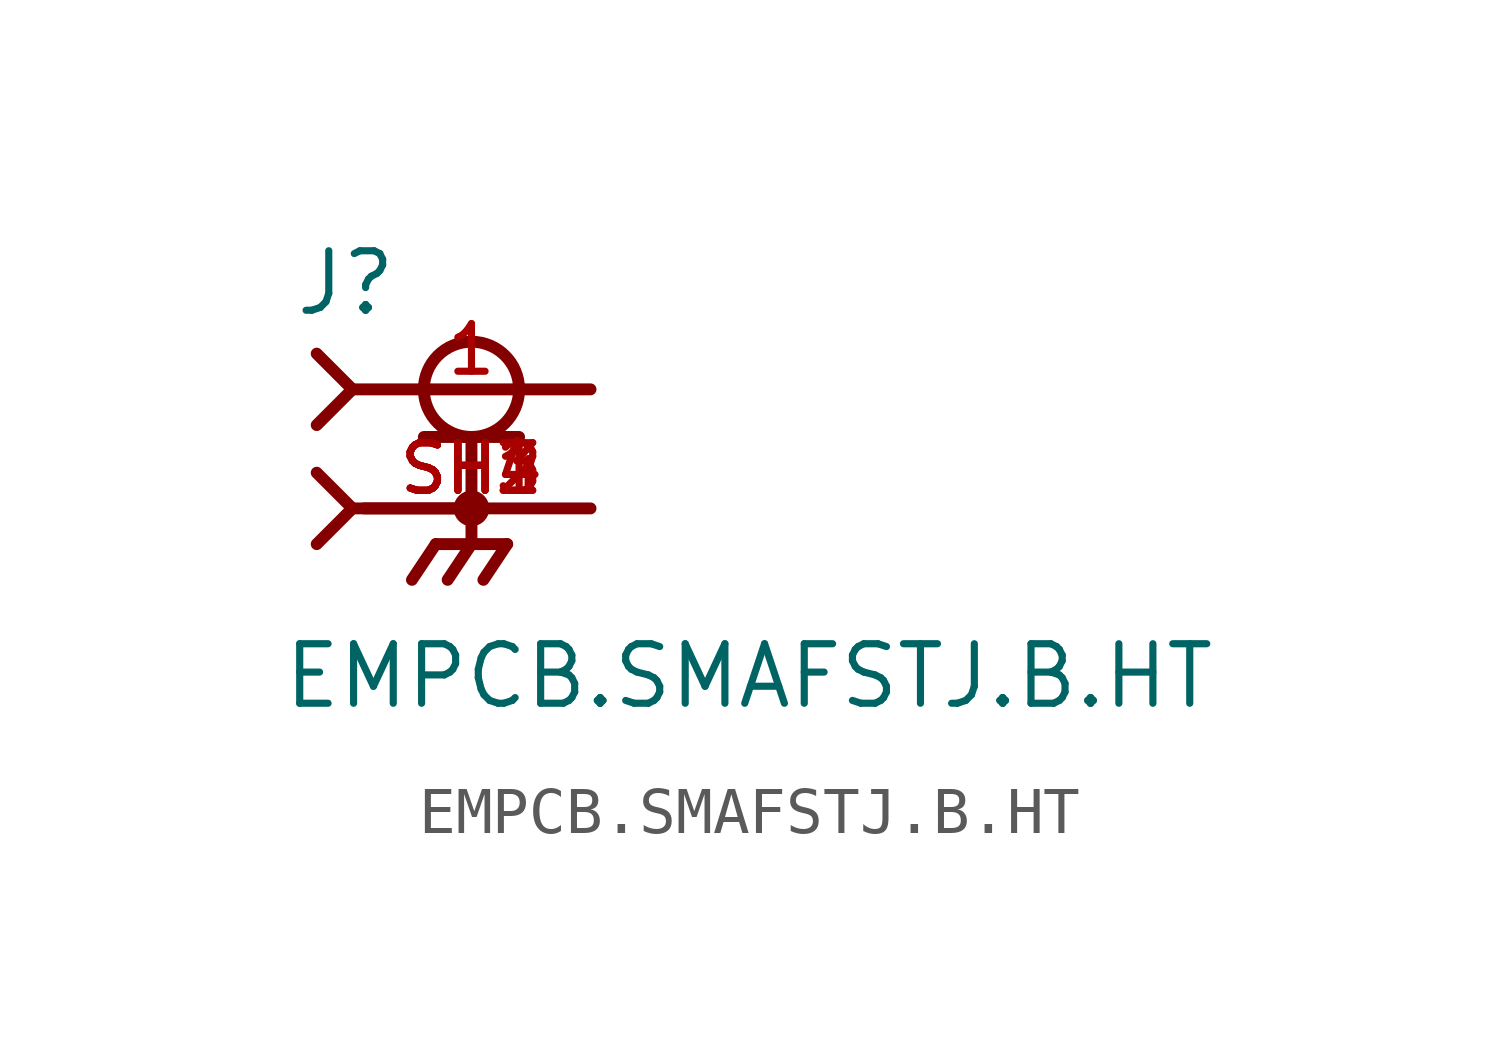
<source format=kicad_sym>
(kicad_symbol_lib
  (version 20211014)
  (generator kicad_symbol_editor)
  (symbol "EMPCB.SMAFSTJ.B.HT"
    (pin_names
      (offset 1.016))
    (property "Reference" "J"
      (at -3.81 4.064 0)
      (effects (font (size 1.27 1.27)) (justify bottom left)))
    (property "Value" "EMPCB.SMAFSTJ.B.HT"
      (at -4.067 -4.321 0)
      (effects (font (size 1.27 1.27)) (justify bottom left)))
    (symbol "EMPCB.SMAFSTJ.B.HT_0_0"
      (circle (center 0.0 2.54) (radius 1.016) (stroke (width 0.254)) (fill (type none)))
      (polyline (pts (xy -1.016 1.524) (xy 0.0 1.524)) (stroke (width 0.254)))
      (polyline (pts (xy 0.0 1.524) (xy 1.016 1.524)) (stroke (width 0.254)))
      (polyline (pts (xy 0.0 0.0) (xy -2.286 0.0)) (stroke (width 0.254)))
      (polyline (pts (xy -3.302 3.302) (xy -2.54 2.54)) (stroke (width 0.254)))
      (polyline (pts (xy -3.302 1.778) (xy -2.54 2.54)) (stroke (width 0.254)))
      (polyline (pts (xy 0.0 1.524) (xy 0.0 0.0)) (stroke (width 0.254)))
      (circle (center 0.0 0.0) (radius 0.254) (stroke (width 0.254)) (fill (type none)))
      (polyline (pts (xy -2.54 2.54) (xy 2.54 2.54)) (stroke (width 0.254)))
      (polyline (pts (xy 2.54 0.0) (xy 0.0 0.0)) (stroke (width 0.254)))
      (polyline (pts (xy 0.0 0.0) (xy 0.0 -0.762)) (stroke (width 0.254)))
      (polyline (pts (xy 0.0 -0.762) (xy -0.762 -0.762)) (stroke (width 0.254)))
      (polyline (pts (xy 0.0 -0.762) (xy 0.762 -0.762)) (stroke (width 0.254)))
      (polyline (pts (xy -0.762 -0.762) (xy -1.27 -1.524)) (stroke (width 0.254)))
      (polyline (pts (xy 0.0 -0.762) (xy -0.508 -1.524)) (stroke (width 0.254)))
      (polyline (pts (xy 0.762 -0.762) (xy 0.254 -1.524)) (stroke (width 0.254)))
      (polyline (pts (xy -3.302 0.762) (xy -2.54 0.0)) (stroke (width 0.254)))
      (polyline (pts (xy -3.302 -0.762) (xy -2.54 0.0)) (stroke (width 0.254)))
      (polyline (pts (xy -2.54 0.0) (xy 0.0 0.0)) (stroke (width 0.254)))
      (pin passive line (at 2.54 2.54 180.0) (length 5.08) (name "~" (effects (font (size 1.016 1.016)))) (number "1" (effects (font (size 1.016 1.016)))))
      (pin passive line (at 2.54 0.0 180.0) (length 5.08) (name "~" (effects (font (size 1.016 1.016)))) (number "SH1" (effects (font (size 1.016 1.016)))))
      (pin passive line (at 2.54 0.0 180.0) (length 5.08) (name "~" (effects (font (size 1.016 1.016)))) (number "SH2" (effects (font (size 1.016 1.016)))))
      (pin passive line (at 2.54 0.0 180.0) (length 5.08) (name "~" (effects (font (size 1.016 1.016)))) (number "SH3" (effects (font (size 1.016 1.016)))))
      (pin passive line (at 2.54 0.0 180.0) (length 5.08) (name "~" (effects (font (size 1.016 1.016)))) (number "SH4" (effects (font (size 1.016 1.016))))))))
</source>
